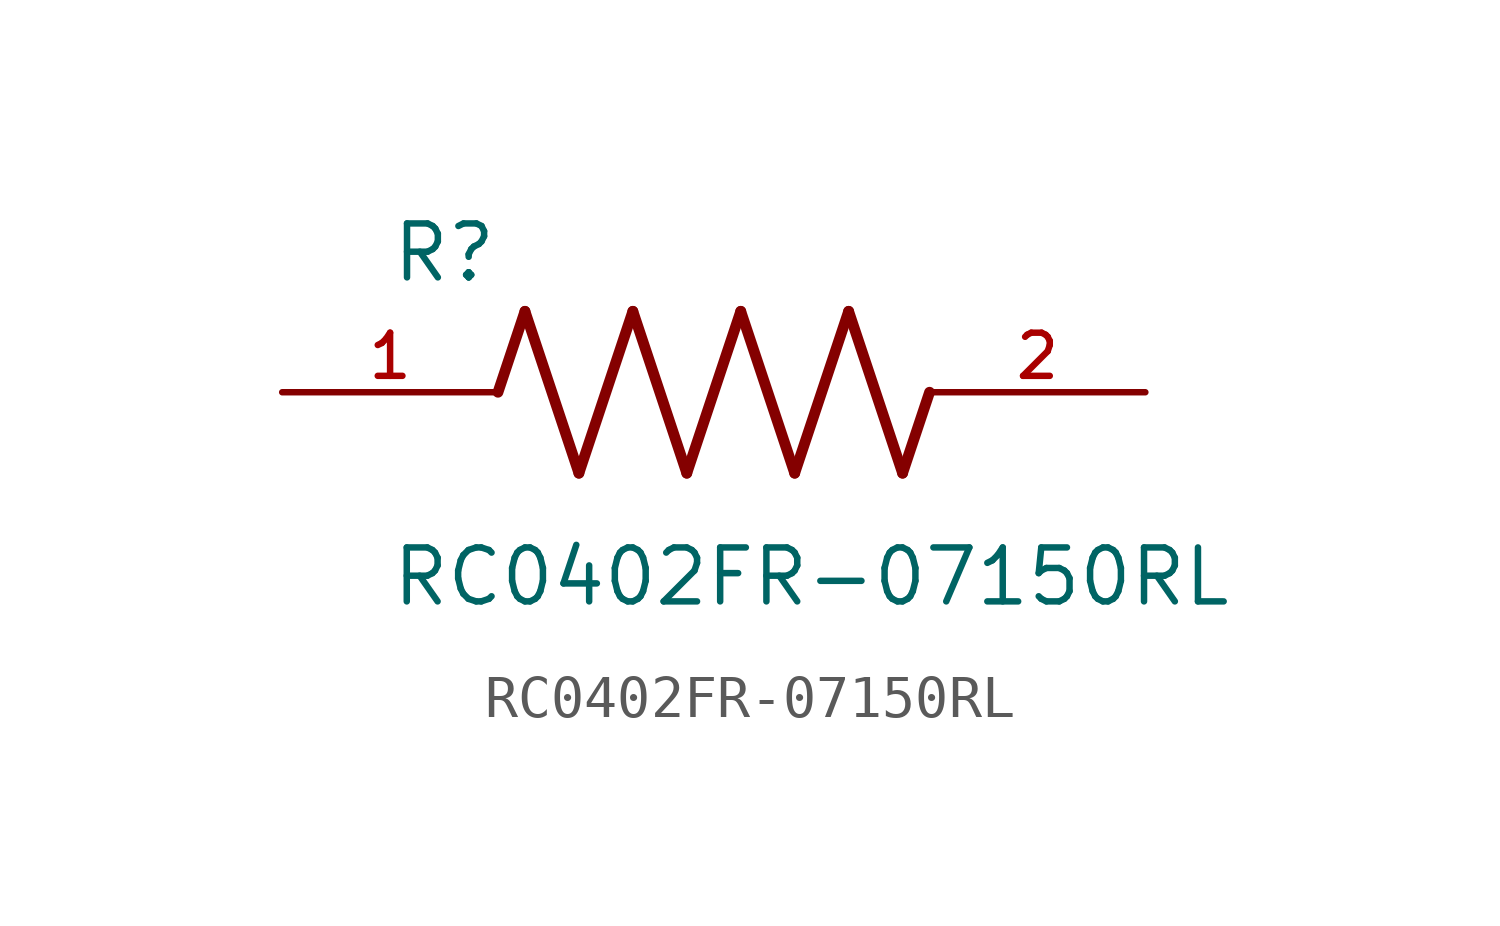
<source format=kicad_sym>
(kicad_symbol_lib
  (version 20211014)
  (generator kicad_symbol_editor)
  (symbol "RC0402FR-07150RL"
    (pin_names
      (offset 1.016))
    (property "Reference" "R"
      (at -7.624 2.541 0)
      (effects (font (size 1.27 1.27)) (justify bottom left)))
    (property "Value" "RC0402FR-07150RL"
      (at -7.63 -5.087 0)
      (effects (font (size 1.27 1.27)) (justify bottom left)))
    (symbol "RC0402FR-07150RL_0_0"
      (polyline (pts (xy -5.08 0.0) (xy -4.445 1.905)) (stroke (width 0.254)))
      (polyline (pts (xy -4.445 1.905) (xy -3.175 -1.905)) (stroke (width 0.254)))
      (polyline (pts (xy -3.175 -1.905) (xy -1.905 1.905)) (stroke (width 0.254)))
      (polyline (pts (xy -1.905 1.905) (xy -0.635 -1.905)) (stroke (width 0.254)))
      (polyline (pts (xy -0.635 -1.905) (xy 0.635 1.905)) (stroke (width 0.254)))
      (polyline (pts (xy 0.635 1.905) (xy 1.905 -1.905)) (stroke (width 0.254)))
      (polyline (pts (xy 1.905 -1.905) (xy 3.175 1.905)) (stroke (width 0.254)))
      (polyline (pts (xy 3.175 1.905) (xy 4.445 -1.905)) (stroke (width 0.254)))
      (polyline (pts (xy 4.445 -1.905) (xy 5.08 0.0)) (stroke (width 0.254)))
      (pin passive line (at -10.16 0.0 0) (length 5.08) (name "~" (effects (font (size 1.016 1.016)))) (number "1" (effects (font (size 1.016 1.016)))))
      (pin passive line (at 10.16 0.0 180.0) (length 5.08) (name "~" (effects (font (size 1.016 1.016)))) (number "2" (effects (font (size 1.016 1.016))))))))
</source>
